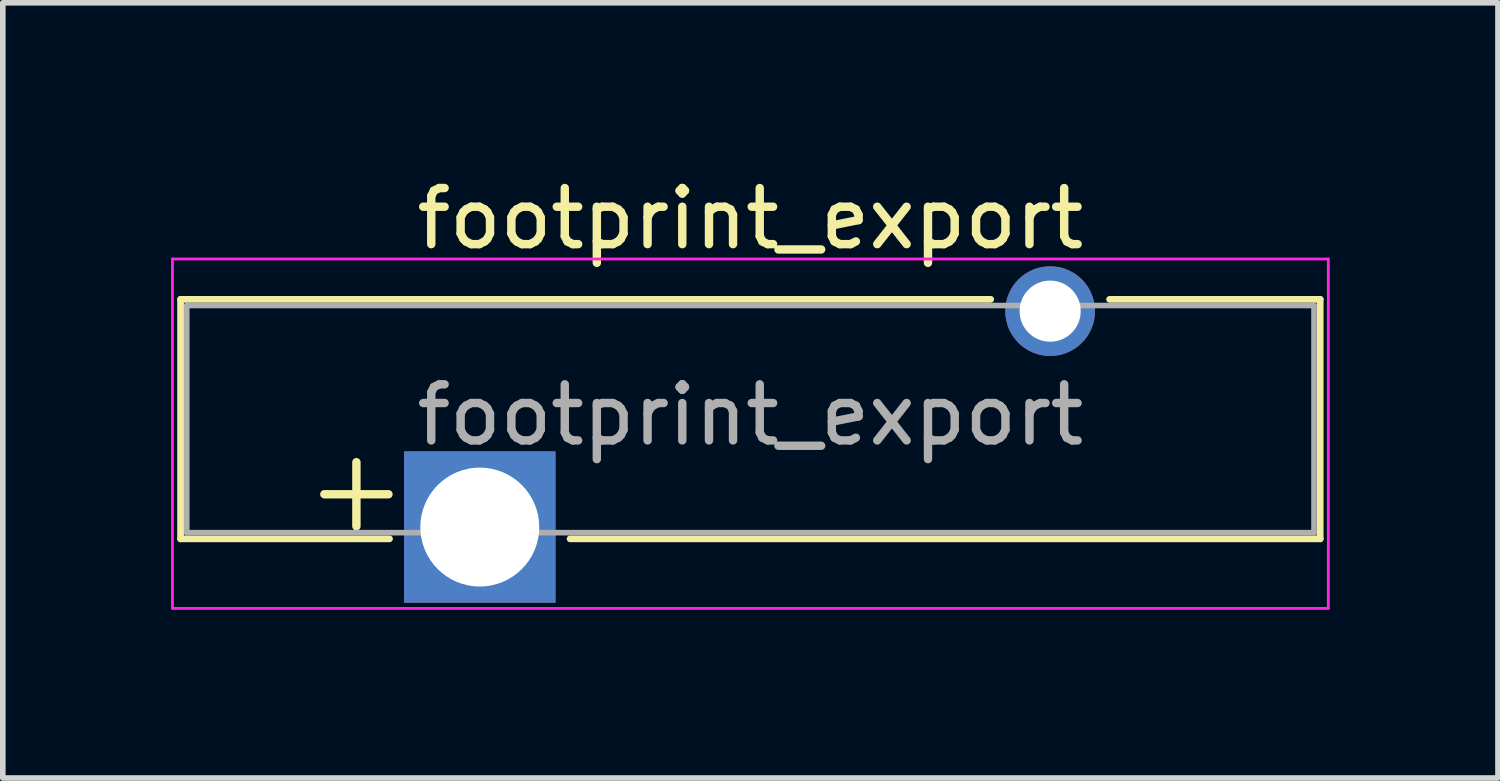
<source format=kicad_pcb>
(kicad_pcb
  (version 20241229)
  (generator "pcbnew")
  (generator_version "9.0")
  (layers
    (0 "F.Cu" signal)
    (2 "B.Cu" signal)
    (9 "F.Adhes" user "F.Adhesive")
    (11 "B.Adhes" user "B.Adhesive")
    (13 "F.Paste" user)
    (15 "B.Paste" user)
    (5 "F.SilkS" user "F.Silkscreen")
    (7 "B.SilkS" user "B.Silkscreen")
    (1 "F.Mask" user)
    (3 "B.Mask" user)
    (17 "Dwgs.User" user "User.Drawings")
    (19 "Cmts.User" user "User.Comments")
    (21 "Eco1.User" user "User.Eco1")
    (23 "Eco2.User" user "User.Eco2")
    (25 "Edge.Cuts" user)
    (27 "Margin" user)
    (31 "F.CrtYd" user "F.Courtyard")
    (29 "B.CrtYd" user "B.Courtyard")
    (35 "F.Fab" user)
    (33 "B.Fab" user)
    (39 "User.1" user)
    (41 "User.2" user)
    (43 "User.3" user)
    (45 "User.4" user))
  (footprint "footprint_export"
    (layer "F.Cu")
    (at 5.505 6.348)
    (property "Reference" "footprint_export" (at 4.825 -5.5 0) (layer "F.SilkS") (effects (font (size 1 1) (thickness 0.15))))
    (attr through_hole)
    (fp_line (start -5.335 -4.06) (end -5.335 0.21) (stroke (width 0.12) (type solid)) (layer "F.SilkS"))
    (fp_line (start -5.335 -4.06) (end 9.11 -4.06) (stroke (width 0.12) (type solid)) (layer "F.SilkS"))
    (fp_line (start -5.335 0.21) (end -1.61 0.21) (stroke (width 0.12) (type solid)) (layer "F.SilkS"))
    (fp_line (start 1.61 0.21) (end 14.985 0.21) (stroke (width 0.12) (type solid)) (layer "F.SilkS"))
    (fp_line (start 11.23 -4.06) (end 14.985 -4.06) (stroke (width 0.12) (type solid)) (layer "F.SilkS"))
    (fp_line (start 14.985 -4.06) (end 14.985 0.21) (stroke (width 0.12) (type solid)) (layer "F.SilkS"))
    (fp_line (start -5.48 -4.78) (end -5.48 1.45) (stroke (width 0.05) (type solid)) (layer "F.CrtYd"))
    (fp_line (start -5.48 -4.78) (end 15.13 -4.78) (stroke (width 0.05) (type solid)) (layer "F.CrtYd"))
    (fp_line (start -5.48 1.45) (end 15.13 1.45) (stroke (width 0.05) (type solid)) (layer "F.CrtYd"))
    (fp_line (start 15.13 -4.78) (end 15.13 1.45) (stroke (width 0.05) (type solid)) (layer "F.CrtYd"))
    (fp_line (start -5.225 -3.95) (end -5.225 0.1) (stroke (width 0.1) (type solid)) (layer "F.Fab"))
    (fp_line (start -5.225 -3.95) (end 14.875 -3.95) (stroke (width 0.1) (type solid)) (layer "F.Fab"))
    (fp_line (start -5.225 0.1) (end 14.875 0.1) (stroke (width 0.1) (type solid)) (layer "F.Fab"))
    (fp_line (start 14.875 -3.95) (end 14.875 0.1) (stroke (width 0.1) (type solid)) (layer "F.Fab"))
    (fp_text user "+" (at -2.2 -0.7 0) (layer "F.SilkS") (effects (font (size 1.5 1.5) (thickness 0.15))))
    (fp_text user "${REFERENCE}" (at 4.825 -2 180) (layer "F.Fab") (effects (font (size 1 1) (thickness 0.15))))
    (pad "1" thru_hole rect (at 0 0 90) (size 2.7 2.7) (drill 2.12) (layers "*.Cu" "*.Mask"))
    (pad "2" thru_hole circle (at 10.17 -3.85) (size 1.6 1.6) (drill 1.09) (layers "*.Cu" "*.Mask")))
  (gr_rect
    (start -3 -3)
    (end 23.66 10.823)
    (stroke (width 0.1) (type default))
    (fill no)
    (layer "Edge.Cuts")))
</source>
